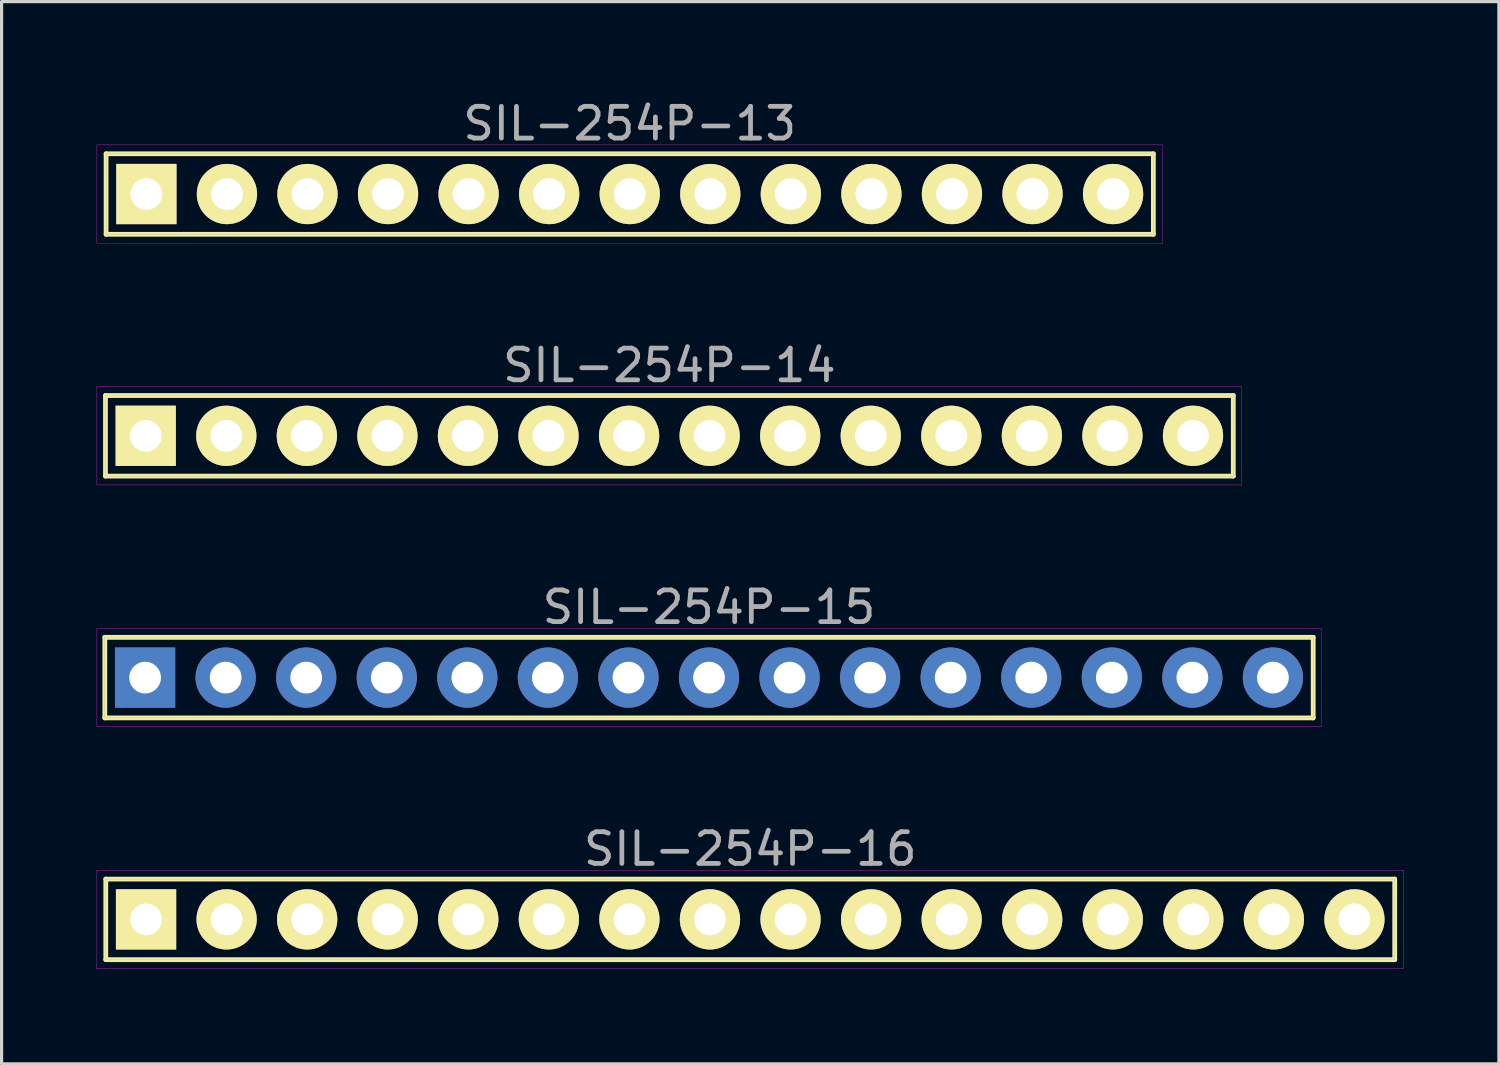
<source format=kicad_pcb>
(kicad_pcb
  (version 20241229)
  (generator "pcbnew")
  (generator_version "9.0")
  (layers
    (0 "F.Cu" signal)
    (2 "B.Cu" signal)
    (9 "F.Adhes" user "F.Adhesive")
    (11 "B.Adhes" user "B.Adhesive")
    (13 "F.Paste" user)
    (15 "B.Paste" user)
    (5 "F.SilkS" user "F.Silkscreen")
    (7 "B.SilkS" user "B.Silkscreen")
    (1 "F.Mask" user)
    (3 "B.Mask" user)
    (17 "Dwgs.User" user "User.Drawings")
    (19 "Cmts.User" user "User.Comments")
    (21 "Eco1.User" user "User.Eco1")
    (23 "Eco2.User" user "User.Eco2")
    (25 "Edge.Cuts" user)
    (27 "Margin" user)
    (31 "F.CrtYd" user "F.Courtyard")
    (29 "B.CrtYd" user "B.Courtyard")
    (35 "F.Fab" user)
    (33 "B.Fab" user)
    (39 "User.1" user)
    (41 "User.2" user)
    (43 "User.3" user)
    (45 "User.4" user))
  (footprint "SIL-254P-14"
    (layer "F.Cu")
    (at 18.055 10.691)
    (property "Reference" "SIL-254P-14" (at 0 -2.22 0) (layer "F.Fab") (effects (font (size 1 1) (thickness 0.15))))
    (attr through_hole)
    (fp_line (start -17.78 -1.27) (end 17.78 -1.27) (stroke (width 0.15) (type solid)) (layer "F.SilkS"))
    (fp_line (start -17.78 1.27) (end -17.78 -1.27) (stroke (width 0.15) (type solid)) (layer "F.SilkS"))
    (fp_line (start 17.78 -1.27) (end 17.78 1.27) (stroke (width 0.15) (type solid)) (layer "F.SilkS"))
    (fp_line (start 17.78 1.27) (end -17.78 1.27) (stroke (width 0.15) (type solid)) (layer "F.SilkS"))
    (fp_line (start -18.05 -1.55) (end 18.05 -1.55) (stroke (width 0.01) (type solid)) (layer "F.CrtYd"))
    (fp_line (start -18.05 1.55) (end -18.05 -1.55) (stroke (width 0.01) (type solid)) (layer "F.CrtYd"))
    (fp_line (start 18.05 -1.55) (end 18.05 1.55) (stroke (width 0.01) (type solid)) (layer "F.CrtYd"))
    (fp_line (start 18.05 1.55) (end -18.05 1.55) (stroke (width 0.01) (type solid)) (layer "F.CrtYd"))
    (fp_line (start -17.78 -1.27) (end 17.78 -1.27) (stroke (width 0.01) (type solid)) (layer "F.Fab"))
    (fp_line (start -17.78 1.27) (end -17.78 -1.27) (stroke (width 0.01) (type solid)) (layer "F.Fab"))
    (fp_line (start 17.78 -1.27) (end 17.78 1.27) (stroke (width 0.01) (type solid)) (layer "F.Fab"))
    (fp_line (start 17.78 1.27) (end -17.78 1.27) (stroke (width 0.01) (type solid)) (layer "F.Fab"))
    (pad "1" thru_hole rect (at -16.51 0) (size 1.9 1.9) (drill 1) (layers "*.Cu" "*.Mask" "F.SilkS"))
    (pad "2" thru_hole circle (at -13.97 0) (size 1.9 1.9) (drill 1) (layers "*.Cu" "*.Mask" "F.SilkS"))
    (pad "3" thru_hole circle (at -11.43 0) (size 1.9 1.9) (drill 1) (layers "*.Cu" "*.Mask" "F.SilkS"))
    (pad "4" thru_hole circle (at -8.89 0) (size 1.9 1.9) (drill 1) (layers "*.Cu" "*.Mask" "F.SilkS"))
    (pad "5" thru_hole circle (at -6.35 0) (size 1.9 1.9) (drill 1) (layers "*.Cu" "*.Mask" "F.SilkS"))
    (pad "6" thru_hole circle (at -3.81 0) (size 1.9 1.9) (drill 1) (layers "*.Cu" "*.Mask" "F.SilkS"))
    (pad "7" thru_hole circle (at -1.27 0) (size 1.9 1.9) (drill 1) (layers "*.Cu" "*.Mask" "F.SilkS"))
    (pad "8" thru_hole circle (at 1.27 0) (size 1.9 1.9) (drill 1) (layers "*.Cu" "*.Mask" "F.SilkS"))
    (pad "9" thru_hole circle (at 3.81 0) (size 1.9 1.9) (drill 1) (layers "*.Cu" "*.Mask" "F.SilkS"))
    (pad "10" thru_hole circle (at 6.35 0) (size 1.9 1.9) (drill 1) (layers "*.Cu" "*.Mask" "F.SilkS"))
    (pad "11" thru_hole circle (at 8.89 0) (size 1.9 1.9) (drill 1) (layers "*.Cu" "*.Mask" "F.SilkS"))
    (pad "12" thru_hole circle (at 11.43 0) (size 1.9 1.9) (drill 1) (layers "*.Cu" "*.Mask" "F.SilkS"))
    (pad "13" thru_hole circle (at 13.97 0) (size 1.9 1.9) (drill 1) (layers "*.Cu" "*.Mask" "F.SilkS"))
    (pad "14" thru_hole circle (at 16.51 0) (size 1.9 1.9) (drill 1) (layers "*.Cu" "*.Mask" "F.SilkS")))
  (footprint "SIL-254P-16"
    (layer "F.Cu")
    (at 20.605 25.938)
    (property "Reference" "SIL-254P-16" (at 0 -2.22 0) (layer "F.Fab") (effects (font (size 1 1) (thickness 0.15))))
    (attr through_hole)
    (fp_line (start -20.32 -1.27) (end 20.32 -1.27) (stroke (width 0.15) (type solid)) (layer "F.SilkS"))
    (fp_line (start -20.32 1.27) (end -20.32 -1.27) (stroke (width 0.15) (type solid)) (layer "F.SilkS"))
    (fp_line (start 20.32 -1.27) (end 20.32 1.27) (stroke (width 0.15) (type solid)) (layer "F.SilkS"))
    (fp_line (start 20.32 1.27) (end -20.32 1.27) (stroke (width 0.15) (type solid)) (layer "F.SilkS"))
    (fp_line (start -20.6 -1.55) (end 20.6 -1.55) (stroke (width 0.01) (type solid)) (layer "F.CrtYd"))
    (fp_line (start -20.6 1.55) (end -20.6 -1.55) (stroke (width 0.01) (type solid)) (layer "F.CrtYd"))
    (fp_line (start 20.6 -1.55) (end 20.6 1.55) (stroke (width 0.01) (type solid)) (layer "F.CrtYd"))
    (fp_line (start 20.6 1.55) (end -20.6 1.55) (stroke (width 0.01) (type solid)) (layer "F.CrtYd"))
    (fp_line (start -20.32 -1.27) (end 20.32 -1.27) (stroke (width 0.01) (type solid)) (layer "F.Fab"))
    (fp_line (start -20.32 1.27) (end -20.32 -1.27) (stroke (width 0.01) (type solid)) (layer "F.Fab"))
    (fp_line (start 20.32 -1.27) (end 20.32 1.27) (stroke (width 0.01) (type solid)) (layer "F.Fab"))
    (fp_line (start 20.32 1.27) (end -20.32 1.27) (stroke (width 0.01) (type solid)) (layer "F.Fab"))
    (pad "1" thru_hole rect (at -19.05 0) (size 1.9 1.9) (drill 1) (layers "*.Cu" "*.Mask" "F.SilkS"))
    (pad "2" thru_hole circle (at -16.51 0) (size 1.9 1.9) (drill 1) (layers "*.Cu" "*.Mask" "F.SilkS"))
    (pad "3" thru_hole circle (at -13.97 0) (size 1.9 1.9) (drill 1) (layers "*.Cu" "*.Mask" "F.SilkS"))
    (pad "4" thru_hole circle (at -11.43 0) (size 1.9 1.9) (drill 1) (layers "*.Cu" "*.Mask" "F.SilkS"))
    (pad "5" thru_hole circle (at -8.89 0) (size 1.9 1.9) (drill 1) (layers "*.Cu" "*.Mask" "F.SilkS"))
    (pad "6" thru_hole circle (at -6.35 0) (size 1.9 1.9) (drill 1) (layers "*.Cu" "*.Mask" "F.SilkS"))
    (pad "7" thru_hole circle (at -3.81 0) (size 1.9 1.9) (drill 1) (layers "*.Cu" "*.Mask" "F.SilkS"))
    (pad "8" thru_hole circle (at -1.27 0) (size 1.9 1.9) (drill 1) (layers "*.Cu" "*.Mask" "F.SilkS"))
    (pad "9" thru_hole circle (at 1.27 0) (size 1.9 1.9) (drill 1) (layers "*.Cu" "*.Mask" "F.SilkS"))
    (pad "10" thru_hole circle (at 3.81 0) (size 1.9 1.9) (drill 1) (layers "*.Cu" "*.Mask" "F.SilkS"))
    (pad "11" thru_hole circle (at 6.35 0) (size 1.9 1.9) (drill 1) (layers "*.Cu" "*.Mask" "F.SilkS"))
    (pad "12" thru_hole circle (at 8.89 0) (size 1.9 1.9) (drill 1) (layers "*.Cu" "*.Mask" "F.SilkS"))
    (pad "13" thru_hole circle (at 11.43 0) (size 1.9 1.9) (drill 1) (layers "*.Cu" "*.Mask" "F.SilkS"))
    (pad "14" thru_hole circle (at 13.97 0) (size 1.9 1.9) (drill 1) (layers "*.Cu" "*.Mask" "F.SilkS"))
    (pad "15" thru_hole circle (at 16.51 0) (size 1.9 1.9) (drill 1) (layers "*.Cu" "*.Mask" "F.SilkS"))
    (pad "16" thru_hole circle (at 19.05 0) (size 1.9 1.9) (drill 1) (layers "*.Cu" "*.Mask" "F.SilkS")))
  (footprint "SIL-254P-13"
    (layer "F.Cu")
    (at 16.805 3.068)
    (property "Reference" "SIL-254P-13" (at 0 -2.22 0) (layer "F.Fab") (effects (font (size 1 1) (thickness 0.15))))
    (attr through_hole)
    (fp_line (start -16.51 -1.27) (end 16.51 -1.27) (stroke (width 0.15) (type solid)) (layer "F.SilkS"))
    (fp_line (start -16.51 1.27) (end -16.51 -1.27) (stroke (width 0.15) (type solid)) (layer "F.SilkS"))
    (fp_line (start 16.51 -1.27) (end 16.51 1.27) (stroke (width 0.15) (type solid)) (layer "F.SilkS"))
    (fp_line (start 16.51 1.27) (end -16.51 1.27) (stroke (width 0.15) (type solid)) (layer "F.SilkS"))
    (fp_line (start -16.8 -1.55) (end 16.8 -1.55) (stroke (width 0.01) (type solid)) (layer "F.CrtYd"))
    (fp_line (start -16.8 1.55) (end -16.8 -1.55) (stroke (width 0.01) (type solid)) (layer "F.CrtYd"))
    (fp_line (start 16.8 -1.55) (end 16.8 1.55) (stroke (width 0.01) (type solid)) (layer "F.CrtYd"))
    (fp_line (start 16.8 1.55) (end -16.8 1.55) (stroke (width 0.01) (type solid)) (layer "F.CrtYd"))
    (fp_line (start -16.51 -1.27) (end 16.51 -1.27) (stroke (width 0.01) (type solid)) (layer "F.Fab"))
    (fp_line (start -16.51 1.27) (end -16.51 -1.27) (stroke (width 0.01) (type solid)) (layer "F.Fab"))
    (fp_line (start 16.51 -1.27) (end 16.51 1.27) (stroke (width 0.01) (type solid)) (layer "F.Fab"))
    (fp_line (start 16.51 1.27) (end -16.51 1.27) (stroke (width 0.01) (type solid)) (layer "F.Fab"))
    (pad "1" thru_hole rect (at -15.24 0) (size 1.9 1.9) (drill 1) (layers "*.Cu" "*.Mask" "F.SilkS"))
    (pad "2" thru_hole circle (at -12.7 0) (size 1.9 1.9) (drill 1) (layers "*.Cu" "*.Mask" "F.SilkS"))
    (pad "3" thru_hole circle (at -10.16 0) (size 1.9 1.9) (drill 1) (layers "*.Cu" "*.Mask" "F.SilkS"))
    (pad "4" thru_hole circle (at -7.62 0) (size 1.9 1.9) (drill 1) (layers "*.Cu" "*.Mask" "F.SilkS"))
    (pad "5" thru_hole circle (at -5.08 0) (size 1.9 1.9) (drill 1) (layers "*.Cu" "*.Mask" "F.SilkS"))
    (pad "6" thru_hole circle (at -2.54 0) (size 1.9 1.9) (drill 1) (layers "*.Cu" "*.Mask" "F.SilkS"))
    (pad "7" thru_hole circle (at 0 0) (size 1.9 1.9) (drill 1) (layers "*.Cu" "*.Mask" "F.SilkS"))
    (pad "8" thru_hole circle (at 2.54 0) (size 1.9 1.9) (drill 1) (layers "*.Cu" "*.Mask" "F.SilkS"))
    (pad "9" thru_hole circle (at 5.08 0) (size 1.9 1.9) (drill 1) (layers "*.Cu" "*.Mask" "F.SilkS"))
    (pad "10" thru_hole circle (at 7.62 0) (size 1.9 1.9) (drill 1) (layers "*.Cu" "*.Mask" "F.SilkS"))
    (pad "11" thru_hole circle (at 10.16 0) (size 1.9 1.9) (drill 1) (layers "*.Cu" "*.Mask" "F.SilkS"))
    (pad "12" thru_hole circle (at 12.7 0) (size 1.9 1.9) (drill 1) (layers "*.Cu" "*.Mask" "F.SilkS"))
    (pad "13" thru_hole circle (at 15.24 0) (size 1.9 1.9) (drill 1) (layers "*.Cu" "*.Mask" "F.SilkS")))
  (footprint "SIL-254P-15"
    (layer "F.Cu")
    (at 19.305 18.315)
    (property "Reference" "SIL-254P-15" (at 0 -2.22 0) (layer "F.Fab") (effects (font (size 1 1) (thickness 0.15))))
    (attr through_hole)
    (fp_line (start -19.05 -1.27) (end 19.05 -1.27) (stroke (width 0.15) (type solid)) (layer "F.SilkS"))
    (fp_line (start -19.05 1.27) (end -19.05 -1.27) (stroke (width 0.15) (type solid)) (layer "F.SilkS"))
    (fp_line (start 19.05 -1.27) (end 19.05 1.27) (stroke (width 0.15) (type solid)) (layer "F.SilkS"))
    (fp_line (start 19.05 1.27) (end -19.05 1.27) (stroke (width 0.15) (type solid)) (layer "F.SilkS"))
    (fp_line (start -19.3 -1.55) (end 19.3 -1.55) (stroke (width 0.01) (type solid)) (layer "F.CrtYd"))
    (fp_line (start -19.3 1.55) (end -19.3 -1.55) (stroke (width 0.01) (type solid)) (layer "F.CrtYd"))
    (fp_line (start 19.3 -1.55) (end 19.3 1.55) (stroke (width 0.01) (type solid)) (layer "F.CrtYd"))
    (fp_line (start 19.3 1.55) (end -19.3 1.55) (stroke (width 0.01) (type solid)) (layer "F.CrtYd"))
    (fp_line (start -19.05 -1.27) (end 19.05 -1.27) (stroke (width 0.01) (type solid)) (layer "F.Fab"))
    (fp_line (start -19.05 1.27) (end -19.05 -1.27) (stroke (width 0.01) (type solid)) (layer "F.Fab"))
    (fp_line (start 19.05 -1.27) (end 19.05 1.27) (stroke (width 0.01) (type solid)) (layer "F.Fab"))
    (fp_line (start 19.05 1.27) (end -19.05 1.27) (stroke (width 0.01) (type solid)) (layer "F.Fab"))
    (pad "1" thru_hole rect (at -17.78 0) (size 1.9 1.9) (drill 1) (layers "F.Cu" "F.Mask" "F.Paste"))
    (pad "2" thru_hole circle (at -15.24 0) (size 1.9 1.9) (drill 1) (layers "F.Cu" "F.Mask" "F.Paste"))
    (pad "3" thru_hole circle (at -12.7 0) (size 1.9 1.9) (drill 1) (layers "F.Cu" "F.Mask" "F.Paste"))
    (pad "4" thru_hole circle (at -10.16 0) (size 1.9 1.9) (drill 1) (layers "F.Cu" "F.Mask" "F.Paste"))
    (pad "5" thru_hole circle (at -7.62 0) (size 1.9 1.9) (drill 1) (layers "F.Cu" "F.Mask" "F.Paste"))
    (pad "6" thru_hole circle (at -5.08 0) (size 1.9 1.9) (drill 1) (layers "F.Cu" "F.Mask" "F.Paste"))
    (pad "7" thru_hole circle (at -2.54 0) (size 1.9 1.9) (drill 1) (layers "F.Cu" "F.Mask" "F.Paste"))
    (pad "8" thru_hole circle (at 0 0) (size 1.9 1.9) (drill 1) (layers "F.Cu" "F.Mask" "F.Paste"))
    (pad "9" thru_hole circle (at 2.54 0) (size 1.9 1.9) (drill 1) (layers "F.Cu" "F.Mask" "F.Paste"))
    (pad "10" thru_hole circle (at 5.08 0) (size 1.9 1.9) (drill 1) (layers "F.Cu" "F.Mask" "F.Paste"))
    (pad "11" thru_hole circle (at 7.62 0) (size 1.9 1.9) (drill 1) (layers "F.Cu" "F.Mask" "F.Paste"))
    (pad "12" thru_hole circle (at 10.16 0) (size 1.9 1.9) (drill 1) (layers "F.Cu" "F.Mask" "F.Paste"))
    (pad "13" thru_hole circle (at 12.7 0) (size 1.9 1.9) (drill 1) (layers "F.Cu" "F.Mask" "F.Paste"))
    (pad "14" thru_hole circle (at 15.24 0) (size 1.9 1.9) (drill 1) (layers "F.Cu" "F.Mask" "F.Paste"))
    (pad "15" thru_hole circle (at 17.78 0) (size 1.9 1.9) (drill 1) (layers "F.Cu" "F.Mask" "F.Paste")))
  (gr_rect
    (start -3 -3)
    (end 44.21 30.493)
    (stroke (width 0.1) (type default))
    (fill no)
    (layer "Edge.Cuts")))
</source>
